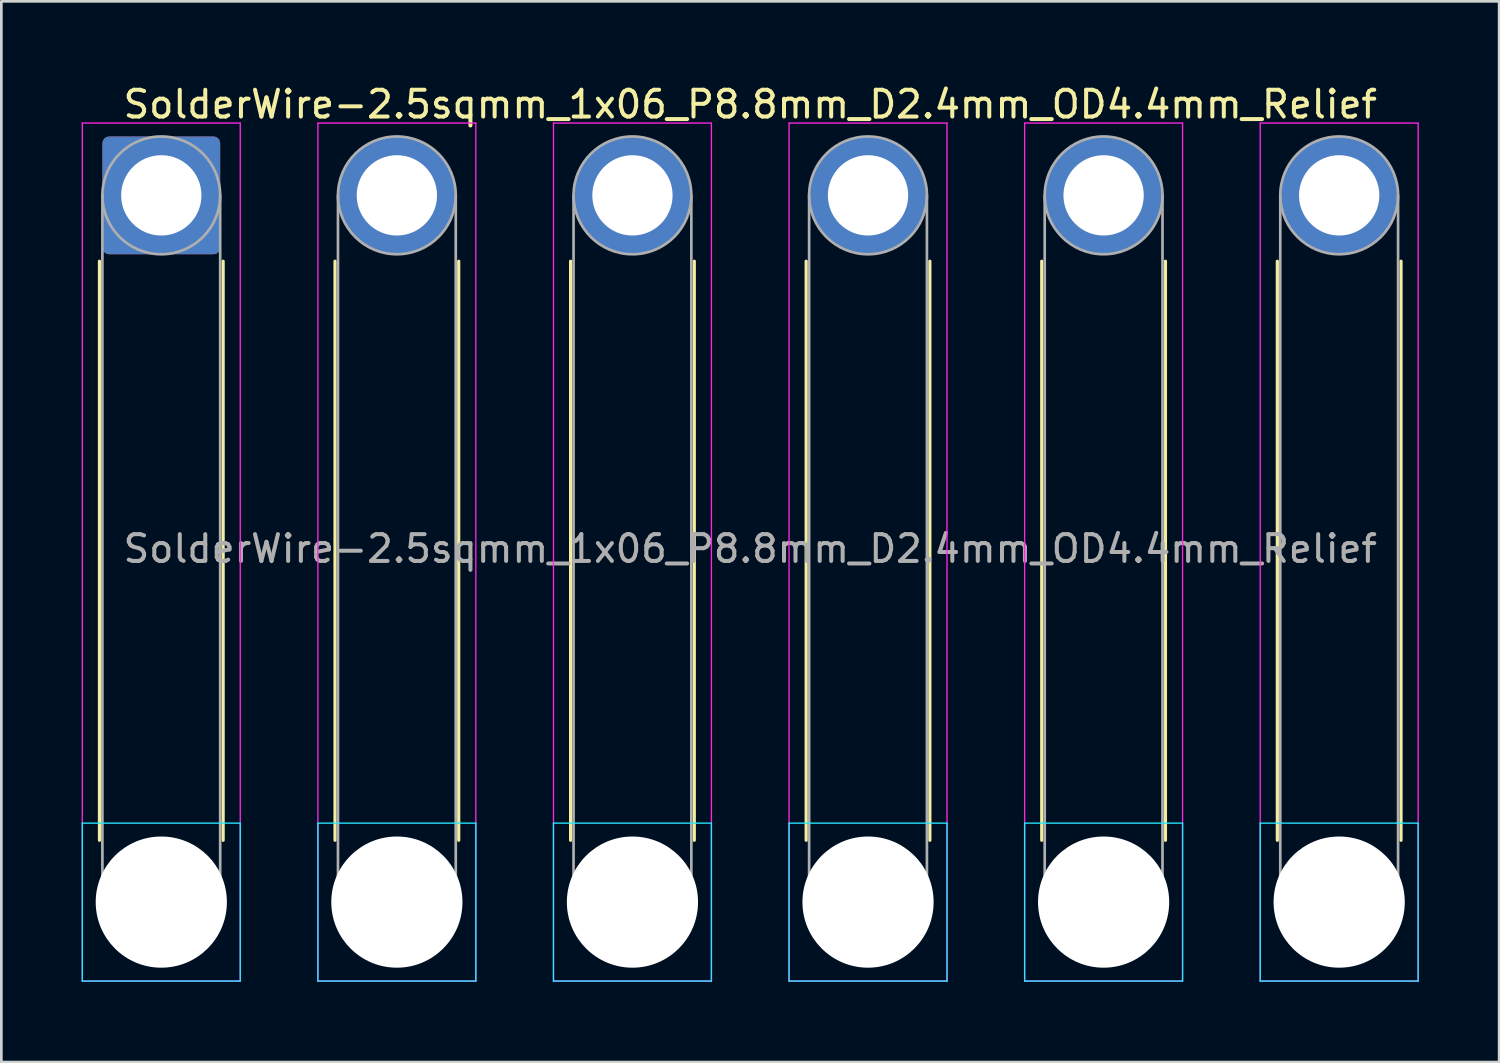
<source format=kicad_pcb>
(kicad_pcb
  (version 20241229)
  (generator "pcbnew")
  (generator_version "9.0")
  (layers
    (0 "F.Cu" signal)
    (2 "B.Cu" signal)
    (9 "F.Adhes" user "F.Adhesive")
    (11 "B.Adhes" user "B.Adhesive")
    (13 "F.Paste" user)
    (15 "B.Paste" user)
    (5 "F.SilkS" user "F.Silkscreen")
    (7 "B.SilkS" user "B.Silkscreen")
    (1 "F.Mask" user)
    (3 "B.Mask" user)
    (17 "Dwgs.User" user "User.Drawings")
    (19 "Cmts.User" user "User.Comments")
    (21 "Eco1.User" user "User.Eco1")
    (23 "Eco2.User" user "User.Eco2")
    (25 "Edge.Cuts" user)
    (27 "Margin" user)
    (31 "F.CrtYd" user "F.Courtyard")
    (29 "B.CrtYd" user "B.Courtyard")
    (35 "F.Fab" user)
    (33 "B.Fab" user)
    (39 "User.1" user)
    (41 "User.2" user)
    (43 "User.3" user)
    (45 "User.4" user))
  (footprint "SolderWire-2.5sqmm_1x06_P8.8mm_D2.4mm_OD4.4mm_Relief"
    (layer "F.Cu")
    (at 2.975 4.248)
    (property "Reference" "SolderWire-2.5sqmm_1x06_P8.8mm_D2.4mm_OD4.4mm_Relief" (at 22 -3.4 0) (layer "F.SilkS") (effects (font (size 1 1) (thickness 0.15))))
    (attr exclude_from_pos_files exclude_from_bom)
    (fp_line (start -2.31 2.46) (end -2.31 24.09) (stroke (width 0.12) (type solid)) (layer "F.SilkS"))
    (fp_line (start 2.31 2.46) (end 2.31 24.09) (stroke (width 0.12) (type solid)) (layer "F.SilkS"))
    (fp_line (start 6.49 2.46) (end 6.49 24.09) (stroke (width 0.12) (type solid)) (layer "F.SilkS"))
    (fp_line (start 11.11 2.46) (end 11.11 24.09) (stroke (width 0.12) (type solid)) (layer "F.SilkS"))
    (fp_line (start 15.29 2.46) (end 15.29 24.09) (stroke (width 0.12) (type solid)) (layer "F.SilkS"))
    (fp_line (start 19.91 2.46) (end 19.91 24.09) (stroke (width 0.12) (type solid)) (layer "F.SilkS"))
    (fp_line (start 24.09 2.46) (end 24.09 24.09) (stroke (width 0.12) (type solid)) (layer "F.SilkS"))
    (fp_line (start 28.71 2.46) (end 28.71 24.09) (stroke (width 0.12) (type solid)) (layer "F.SilkS"))
    (fp_line (start 32.89 2.46) (end 32.89 24.09) (stroke (width 0.12) (type solid)) (layer "F.SilkS"))
    (fp_line (start 37.51 2.46) (end 37.51 24.09) (stroke (width 0.12) (type solid)) (layer "F.SilkS"))
    (fp_line (start 41.69 2.46) (end 41.69 24.09) (stroke (width 0.12) (type solid)) (layer "F.SilkS"))
    (fp_line (start 46.31 2.46) (end 46.31 24.09) (stroke (width 0.12) (type solid)) (layer "F.SilkS"))
    (fp_line (start -2.95 23.45) (end -2.95 29.35) (stroke (width 0.05) (type solid)) (layer "B.CrtYd"))
    (fp_line (start -2.95 29.35) (end 2.95 29.35) (stroke (width 0.05) (type solid)) (layer "B.CrtYd"))
    (fp_line (start 2.95 23.45) (end -2.95 23.45) (stroke (width 0.05) (type solid)) (layer "B.CrtYd"))
    (fp_line (start 2.95 29.35) (end 2.95 23.45) (stroke (width 0.05) (type solid)) (layer "B.CrtYd"))
    (fp_line (start 5.85 23.45) (end 5.85 29.35) (stroke (width 0.05) (type solid)) (layer "B.CrtYd"))
    (fp_line (start 5.85 29.35) (end 11.75 29.35) (stroke (width 0.05) (type solid)) (layer "B.CrtYd"))
    (fp_line (start 11.75 23.45) (end 5.85 23.45) (stroke (width 0.05) (type solid)) (layer "B.CrtYd"))
    (fp_line (start 11.75 29.35) (end 11.75 23.45) (stroke (width 0.05) (type solid)) (layer "B.CrtYd"))
    (fp_line (start 14.65 23.45) (end 14.65 29.35) (stroke (width 0.05) (type solid)) (layer "B.CrtYd"))
    (fp_line (start 14.65 29.35) (end 20.55 29.35) (stroke (width 0.05) (type solid)) (layer "B.CrtYd"))
    (fp_line (start 20.55 23.45) (end 14.65 23.45) (stroke (width 0.05) (type solid)) (layer "B.CrtYd"))
    (fp_line (start 20.55 29.35) (end 20.55 23.45) (stroke (width 0.05) (type solid)) (layer "B.CrtYd"))
    (fp_line (start 23.45 23.45) (end 23.45 29.35) (stroke (width 0.05) (type solid)) (layer "B.CrtYd"))
    (fp_line (start 23.45 29.35) (end 29.35 29.35) (stroke (width 0.05) (type solid)) (layer "B.CrtYd"))
    (fp_line (start 29.35 23.45) (end 23.45 23.45) (stroke (width 0.05) (type solid)) (layer "B.CrtYd"))
    (fp_line (start 29.35 29.35) (end 29.35 23.45) (stroke (width 0.05) (type solid)) (layer "B.CrtYd"))
    (fp_line (start 32.25 23.45) (end 32.25 29.35) (stroke (width 0.05) (type solid)) (layer "B.CrtYd"))
    (fp_line (start 32.25 29.35) (end 38.15 29.35) (stroke (width 0.05) (type solid)) (layer "B.CrtYd"))
    (fp_line (start 38.15 23.45) (end 32.25 23.45) (stroke (width 0.05) (type solid)) (layer "B.CrtYd"))
    (fp_line (start 38.15 29.35) (end 38.15 23.45) (stroke (width 0.05) (type solid)) (layer "B.CrtYd"))
    (fp_line (start 41.05 23.45) (end 41.05 29.35) (stroke (width 0.05) (type solid)) (layer "B.CrtYd"))
    (fp_line (start 41.05 29.35) (end 46.95 29.35) (stroke (width 0.05) (type solid)) (layer "B.CrtYd"))
    (fp_line (start 46.95 23.45) (end 41.05 23.45) (stroke (width 0.05) (type solid)) (layer "B.CrtYd"))
    (fp_line (start 46.95 29.35) (end 46.95 23.45) (stroke (width 0.05) (type solid)) (layer "B.CrtYd"))
    (fp_line (start -2.95 -2.7) (end -2.95 29.35) (stroke (width 0.05) (type solid)) (layer "F.CrtYd"))
    (fp_line (start -2.95 29.35) (end 2.95 29.35) (stroke (width 0.05) (type solid)) (layer "F.CrtYd"))
    (fp_line (start 2.95 -2.7) (end -2.95 -2.7) (stroke (width 0.05) (type solid)) (layer "F.CrtYd"))
    (fp_line (start 2.95 29.35) (end 2.95 -2.7) (stroke (width 0.05) (type solid)) (layer "F.CrtYd"))
    (fp_line (start 5.85 -2.7) (end 5.85 29.35) (stroke (width 0.05) (type solid)) (layer "F.CrtYd"))
    (fp_line (start 5.85 29.35) (end 11.75 29.35) (stroke (width 0.05) (type solid)) (layer "F.CrtYd"))
    (fp_line (start 11.75 -2.7) (end 5.85 -2.7) (stroke (width 0.05) (type solid)) (layer "F.CrtYd"))
    (fp_line (start 11.75 29.35) (end 11.75 -2.7) (stroke (width 0.05) (type solid)) (layer "F.CrtYd"))
    (fp_line (start 14.65 -2.7) (end 14.65 29.35) (stroke (width 0.05) (type solid)) (layer "F.CrtYd"))
    (fp_line (start 14.65 29.35) (end 20.55 29.35) (stroke (width 0.05) (type solid)) (layer "F.CrtYd"))
    (fp_line (start 20.55 -2.7) (end 14.65 -2.7) (stroke (width 0.05) (type solid)) (layer "F.CrtYd"))
    (fp_line (start 20.55 29.35) (end 20.55 -2.7) (stroke (width 0.05) (type solid)) (layer "F.CrtYd"))
    (fp_line (start 23.45 -2.7) (end 23.45 29.35) (stroke (width 0.05) (type solid)) (layer "F.CrtYd"))
    (fp_line (start 23.45 29.35) (end 29.35 29.35) (stroke (width 0.05) (type solid)) (layer "F.CrtYd"))
    (fp_line (start 29.35 -2.7) (end 23.45 -2.7) (stroke (width 0.05) (type solid)) (layer "F.CrtYd"))
    (fp_line (start 29.35 29.35) (end 29.35 -2.7) (stroke (width 0.05) (type solid)) (layer "F.CrtYd"))
    (fp_line (start 32.25 -2.7) (end 32.25 29.35) (stroke (width 0.05) (type solid)) (layer "F.CrtYd"))
    (fp_line (start 32.25 29.35) (end 38.15 29.35) (stroke (width 0.05) (type solid)) (layer "F.CrtYd"))
    (fp_line (start 38.15 -2.7) (end 32.25 -2.7) (stroke (width 0.05) (type solid)) (layer "F.CrtYd"))
    (fp_line (start 38.15 29.35) (end 38.15 -2.7) (stroke (width 0.05) (type solid)) (layer "F.CrtYd"))
    (fp_line (start 41.05 -2.7) (end 41.05 29.35) (stroke (width 0.05) (type solid)) (layer "F.CrtYd"))
    (fp_line (start 41.05 29.35) (end 46.95 29.35) (stroke (width 0.05) (type solid)) (layer "F.CrtYd"))
    (fp_line (start 46.95 -2.7) (end 41.05 -2.7) (stroke (width 0.05) (type solid)) (layer "F.CrtYd"))
    (fp_line (start 46.95 29.35) (end 46.95 -2.7) (stroke (width 0.05) (type solid)) (layer "F.CrtYd"))
    (fp_line (start -2.2 0) (end -2.2 26.4) (stroke (width 0.1) (type solid)) (layer "F.Fab"))
    (fp_line (start 2.2 0) (end 2.2 26.4) (stroke (width 0.1) (type solid)) (layer "F.Fab"))
    (fp_line (start 6.6 0) (end 6.6 26.4) (stroke (width 0.1) (type solid)) (layer "F.Fab"))
    (fp_line (start 11 0) (end 11 26.4) (stroke (width 0.1) (type solid)) (layer "F.Fab"))
    (fp_line (start 15.4 0) (end 15.4 26.4) (stroke (width 0.1) (type solid)) (layer "F.Fab"))
    (fp_line (start 19.8 0) (end 19.8 26.4) (stroke (width 0.1) (type solid)) (layer "F.Fab"))
    (fp_line (start 24.2 0) (end 24.2 26.4) (stroke (width 0.1) (type solid)) (layer "F.Fab"))
    (fp_line (start 28.6 0) (end 28.6 26.4) (stroke (width 0.1) (type solid)) (layer "F.Fab"))
    (fp_line (start 33 0) (end 33 26.4) (stroke (width 0.1) (type solid)) (layer "F.Fab"))
    (fp_line (start 37.4 0) (end 37.4 26.4) (stroke (width 0.1) (type solid)) (layer "F.Fab"))
    (fp_line (start 41.8 0) (end 41.8 26.4) (stroke (width 0.1) (type solid)) (layer "F.Fab"))
    (fp_line (start 46.2 0) (end 46.2 26.4) (stroke (width 0.1) (type solid)) (layer "F.Fab"))
    (fp_circle (center 0 0) (end 2.2 0) (stroke (width 0.1) (type solid)) (fill no) (layer "F.Fab"))
    (fp_circle (center 0 26.4) (end 2.2 26.4) (stroke (width 0.1) (type solid)) (fill no) (layer "F.Fab"))
    (fp_circle (center 8.8 0) (end 11 0) (stroke (width 0.1) (type solid)) (fill no) (layer "F.Fab"))
    (fp_circle (center 8.8 26.4) (end 11 26.4) (stroke (width 0.1) (type solid)) (fill no) (layer "F.Fab"))
    (fp_circle (center 17.6 0) (end 19.8 0) (stroke (width 0.1) (type solid)) (fill no) (layer "F.Fab"))
    (fp_circle (center 17.6 26.4) (end 19.8 26.4) (stroke (width 0.1) (type solid)) (fill no) (layer "F.Fab"))
    (fp_circle (center 26.4 0) (end 28.6 0) (stroke (width 0.1) (type solid)) (fill no) (layer "F.Fab"))
    (fp_circle (center 26.4 26.4) (end 28.6 26.4) (stroke (width 0.1) (type solid)) (fill no) (layer "F.Fab"))
    (fp_circle (center 35.2 0) (end 37.4 0) (stroke (width 0.1) (type solid)) (fill no) (layer "F.Fab"))
    (fp_circle (center 35.2 26.4) (end 37.4 26.4) (stroke (width 0.1) (type solid)) (fill no) (layer "F.Fab"))
    (fp_circle (center 44 0) (end 46.2 0) (stroke (width 0.1) (type solid)) (fill no) (layer "F.Fab"))
    (fp_circle (center 44 26.4) (end 46.2 26.4) (stroke (width 0.1) (type solid)) (fill no) (layer "F.Fab"))
    (fp_text user "${REFERENCE}" (at 22 13.2 0) (layer "F.Fab") (effects (font (size 1 1) (thickness 0.15))))
    (pad "" np_thru_hole circle (at 0 26.4) (size 4.9 4.9) (drill 4.9) (layers "*.Cu" "*.Mask"))
    (pad "" np_thru_hole circle (at 8.8 26.4) (size 4.9 4.9) (drill 4.9) (layers "*.Cu" "*.Mask"))
    (pad "" np_thru_hole circle (at 17.6 26.4) (size 4.9 4.9) (drill 4.9) (layers "*.Cu" "*.Mask"))
    (pad "" np_thru_hole circle (at 26.4 26.4) (size 4.9 4.9) (drill 4.9) (layers "*.Cu" "*.Mask"))
    (pad "" np_thru_hole circle (at 35.2 26.4) (size 4.9 4.9) (drill 4.9) (layers "*.Cu" "*.Mask"))
    (pad "" np_thru_hole circle (at 44 26.4) (size 4.9 4.9) (drill 4.9) (layers "*.Cu" "*.Mask"))
    (pad "1" thru_hole roundrect (at 0 0) (size 4.4 4.4) (drill 3) (layers "*.Cu" "*.Mask") (roundrect_rratio 0.057))
    (pad "2" thru_hole circle (at 8.8 0) (size 4.4 4.4) (drill 3) (layers "*.Cu" "*.Mask"))
    (pad "3" thru_hole circle (at 17.6 0) (size 4.4 4.4) (drill 3) (layers "*.Cu" "*.Mask"))
    (pad "4" thru_hole circle (at 26.4 0) (size 4.4 4.4) (drill 3) (layers "*.Cu" "*.Mask"))
    (pad "5" thru_hole circle (at 35.2 0) (size 4.4 4.4) (drill 3) (layers "*.Cu" "*.Mask"))
    (pad "6" thru_hole circle (at 44 0) (size 4.4 4.4) (drill 3) (layers "*.Cu" "*.Mask")))
  (gr_rect
    (start -3 -3)
    (end 52.95 36.623)
    (stroke (width 0.1) (type default))
    (fill no)
    (layer "Edge.Cuts")))
</source>
